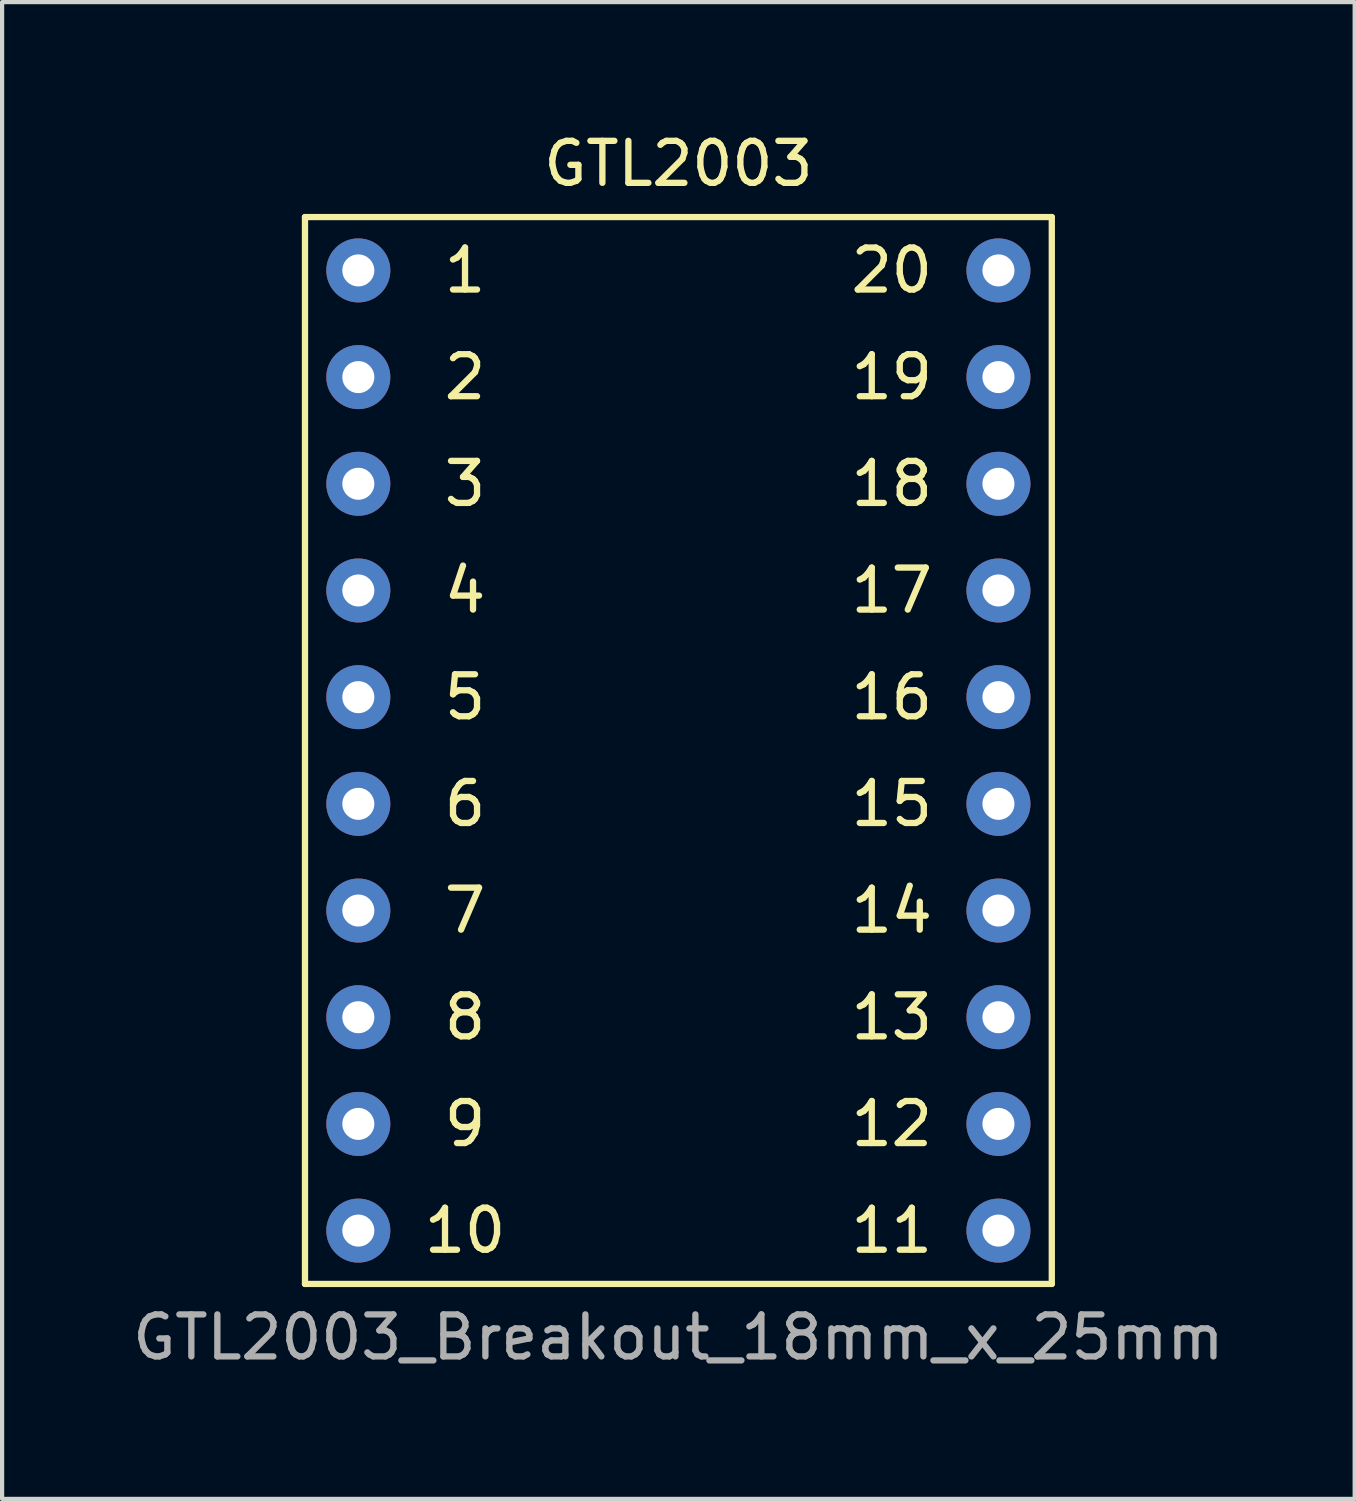
<source format=kicad_pcb>
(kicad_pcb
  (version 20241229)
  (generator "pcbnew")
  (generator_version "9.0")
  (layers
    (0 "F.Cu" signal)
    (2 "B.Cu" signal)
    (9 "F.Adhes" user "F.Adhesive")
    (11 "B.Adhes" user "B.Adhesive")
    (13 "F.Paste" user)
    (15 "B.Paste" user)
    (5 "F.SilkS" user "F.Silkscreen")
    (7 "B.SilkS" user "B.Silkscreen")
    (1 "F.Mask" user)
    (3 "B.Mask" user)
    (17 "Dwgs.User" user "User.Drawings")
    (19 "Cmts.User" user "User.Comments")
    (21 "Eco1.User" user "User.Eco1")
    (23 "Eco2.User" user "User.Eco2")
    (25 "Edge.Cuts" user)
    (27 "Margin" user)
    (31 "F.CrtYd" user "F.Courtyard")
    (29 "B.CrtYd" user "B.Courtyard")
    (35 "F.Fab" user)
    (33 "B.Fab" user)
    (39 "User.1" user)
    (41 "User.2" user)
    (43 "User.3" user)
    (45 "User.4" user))
  (footprint "GTL2003"
    (layer "F.Cu")
    (at 13.101 14.818)
    (property "Reference" "GTL2003" (at 0 -13.97 0) (layer "F.SilkS") (effects (font (size 1 1) (thickness 0.15))))
    (attr through_hole)
    (fp_line (start -8.89 -12.7) (end 8.89 -12.7) (stroke (width 0.15) (type solid)) (layer "F.SilkS"))
    (fp_line (start -8.89 12.7) (end -8.89 -12.7) (stroke (width 0.15) (type solid)) (layer "F.SilkS"))
    (fp_line (start 8.89 -12.7) (end 8.89 12.7) (stroke (width 0.15) (type solid)) (layer "F.SilkS"))
    (fp_line (start 8.89 12.7) (end -8.89 12.7) (stroke (width 0.15) (type solid)) (layer "F.SilkS"))
    (fp_text user "19" (at 5.08 -8.89 0) (layer "F.SilkS") (effects (font (size 1 1) (thickness 0.15))))
    (fp_text user "15" (at 5.08 1.27 0) (layer "F.SilkS") (effects (font (size 1 1) (thickness 0.15))))
    (fp_text user "16" (at 5.08 -1.27 0) (layer "F.SilkS") (effects (font (size 1 1) (thickness 0.15))))
    (fp_text user "18" (at 5.08 -6.35 0) (layer "F.SilkS") (effects (font (size 1 1) (thickness 0.15))))
    (fp_text user "20" (at 5.08 -11.43 0) (layer "F.SilkS") (effects (font (size 1 1) (thickness 0.15))))
    (fp_text user "5" (at -5.08 -1.27 0) (layer "F.SilkS") (effects (font (size 1 1) (thickness 0.15))))
    (fp_text user "12" (at 5.08 8.89 0) (layer "F.SilkS") (effects (font (size 1 1) (thickness 0.15))))
    (fp_text user "4" (at -5.08 -3.81 0) (layer "F.SilkS") (effects (font (size 1 1) (thickness 0.15))))
    (fp_text user "13" (at 5.08 6.35 0) (layer "F.SilkS") (effects (font (size 1 1) (thickness 0.15))))
    (fp_text user "14" (at 5.08 3.81 0) (layer "F.SilkS") (effects (font (size 1 1) (thickness 0.15))))
    (fp_text user "6" (at -5.08 1.27 0) (layer "F.SilkS") (effects (font (size 1 1) (thickness 0.15))))
    (fp_text user "1" (at -5.08 -11.43 0) (layer "F.SilkS") (effects (font (size 1 1) (thickness 0.15))))
    (fp_text user "7" (at -5.08 3.81 0) (layer "F.SilkS") (effects (font (size 1 1) (thickness 0.15))))
    (fp_text user "17" (at 5.08 -3.81 0) (layer "F.SilkS") (effects (font (size 1 1) (thickness 0.15))))
    (fp_text user "10" (at -5.08 11.43 0) (layer "F.SilkS") (effects (font (size 1 1) (thickness 0.15))))
    (fp_text user "11" (at 5.08 11.43 0) (layer "F.SilkS") (effects (font (size 1 1) (thickness 0.15))))
    (fp_text user "2" (at -5.08 -8.89 0) (layer "F.SilkS") (effects (font (size 1 1) (thickness 0.15))))
    (fp_text user "9" (at -5.08 8.89 0) (layer "F.SilkS") (effects (font (size 1 1) (thickness 0.15))))
    (fp_text user "3" (at -5.08 -6.35 0) (layer "F.SilkS") (effects (font (size 1 1) (thickness 0.15))))
    (fp_text user "8" (at -5.08 6.35 0) (layer "F.SilkS") (effects (font (size 1 1) (thickness 0.15))))
    (fp_text user "GTL2003_Breakout_18mm_x_25mm" (at 0 13.97 0) (layer "F.Fab") (effects (font (size 1 1) (thickness 0.15))))
    (pad "1" thru_hole circle (at -7.62 -11.43) (size 1.524 1.524) (drill 0.762) (layers "*.Cu" "*.Mask"))
    (pad "2" thru_hole circle (at -7.62 -8.89) (size 1.524 1.524) (drill 0.762) (layers "*.Cu" "*.Mask"))
    (pad "3" thru_hole circle (at -7.62 -6.35) (size 1.524 1.524) (drill 0.762) (layers "*.Cu" "*.Mask"))
    (pad "4" thru_hole circle (at -7.62 -3.81) (size 1.524 1.524) (drill 0.762) (layers "*.Cu" "*.Mask"))
    (pad "5" thru_hole circle (at -7.62 -1.27) (size 1.524 1.524) (drill 0.762) (layers "*.Cu" "*.Mask"))
    (pad "6" thru_hole circle (at -7.62 1.27) (size 1.524 1.524) (drill 0.762) (layers "*.Cu" "*.Mask"))
    (pad "7" thru_hole circle (at -7.62 3.81) (size 1.524 1.524) (drill 0.762) (layers "*.Cu" "*.Mask"))
    (pad "8" thru_hole circle (at -7.62 6.35) (size 1.524 1.524) (drill 0.762) (layers "*.Cu" "*.Mask"))
    (pad "9" thru_hole circle (at -7.62 8.89) (size 1.524 1.524) (drill 0.762) (layers "*.Cu" "*.Mask"))
    (pad "10" thru_hole circle (at -7.62 11.43) (size 1.524 1.524) (drill 0.762) (layers "*.Cu" "*.Mask"))
    (pad "11" thru_hole circle (at 7.62 11.43) (size 1.524 1.524) (drill 0.762) (layers "*.Cu" "*.Mask"))
    (pad "12" thru_hole circle (at 7.62 8.89) (size 1.524 1.524) (drill 0.762) (layers "*.Cu" "*.Mask"))
    (pad "13" thru_hole circle (at 7.62 6.35) (size 1.524 1.524) (drill 0.762) (layers "*.Cu" "*.Mask"))
    (pad "14" thru_hole circle (at 7.62 3.81) (size 1.524 1.524) (drill 0.762) (layers "*.Cu" "*.Mask"))
    (pad "15" thru_hole circle (at 7.62 1.27) (size 1.524 1.524) (drill 0.762) (layers "*.Cu" "*.Mask"))
    (pad "16" thru_hole circle (at 7.62 -1.27) (size 1.524 1.524) (drill 0.762) (layers "*.Cu" "*.Mask"))
    (pad "17" thru_hole circle (at 7.62 -3.81) (size 1.524 1.524) (drill 0.762) (layers "*.Cu" "*.Mask"))
    (pad "18" thru_hole circle (at 7.62 -6.35) (size 1.524 1.524) (drill 0.762) (layers "*.Cu" "*.Mask"))
    (pad "19" thru_hole circle (at 7.62 -8.89) (size 1.524 1.524) (drill 0.762) (layers "*.Cu" "*.Mask"))
    (pad "20" thru_hole circle (at 7.62 -11.43) (size 1.524 1.524) (drill 0.762) (layers "*.Cu" "*.Mask")))
  (gr_rect
    (start -3 -3)
    (end 29.202 32.636)
    (stroke (width 0.1) (type default))
    (fill no)
    (layer "Edge.Cuts")))
</source>
